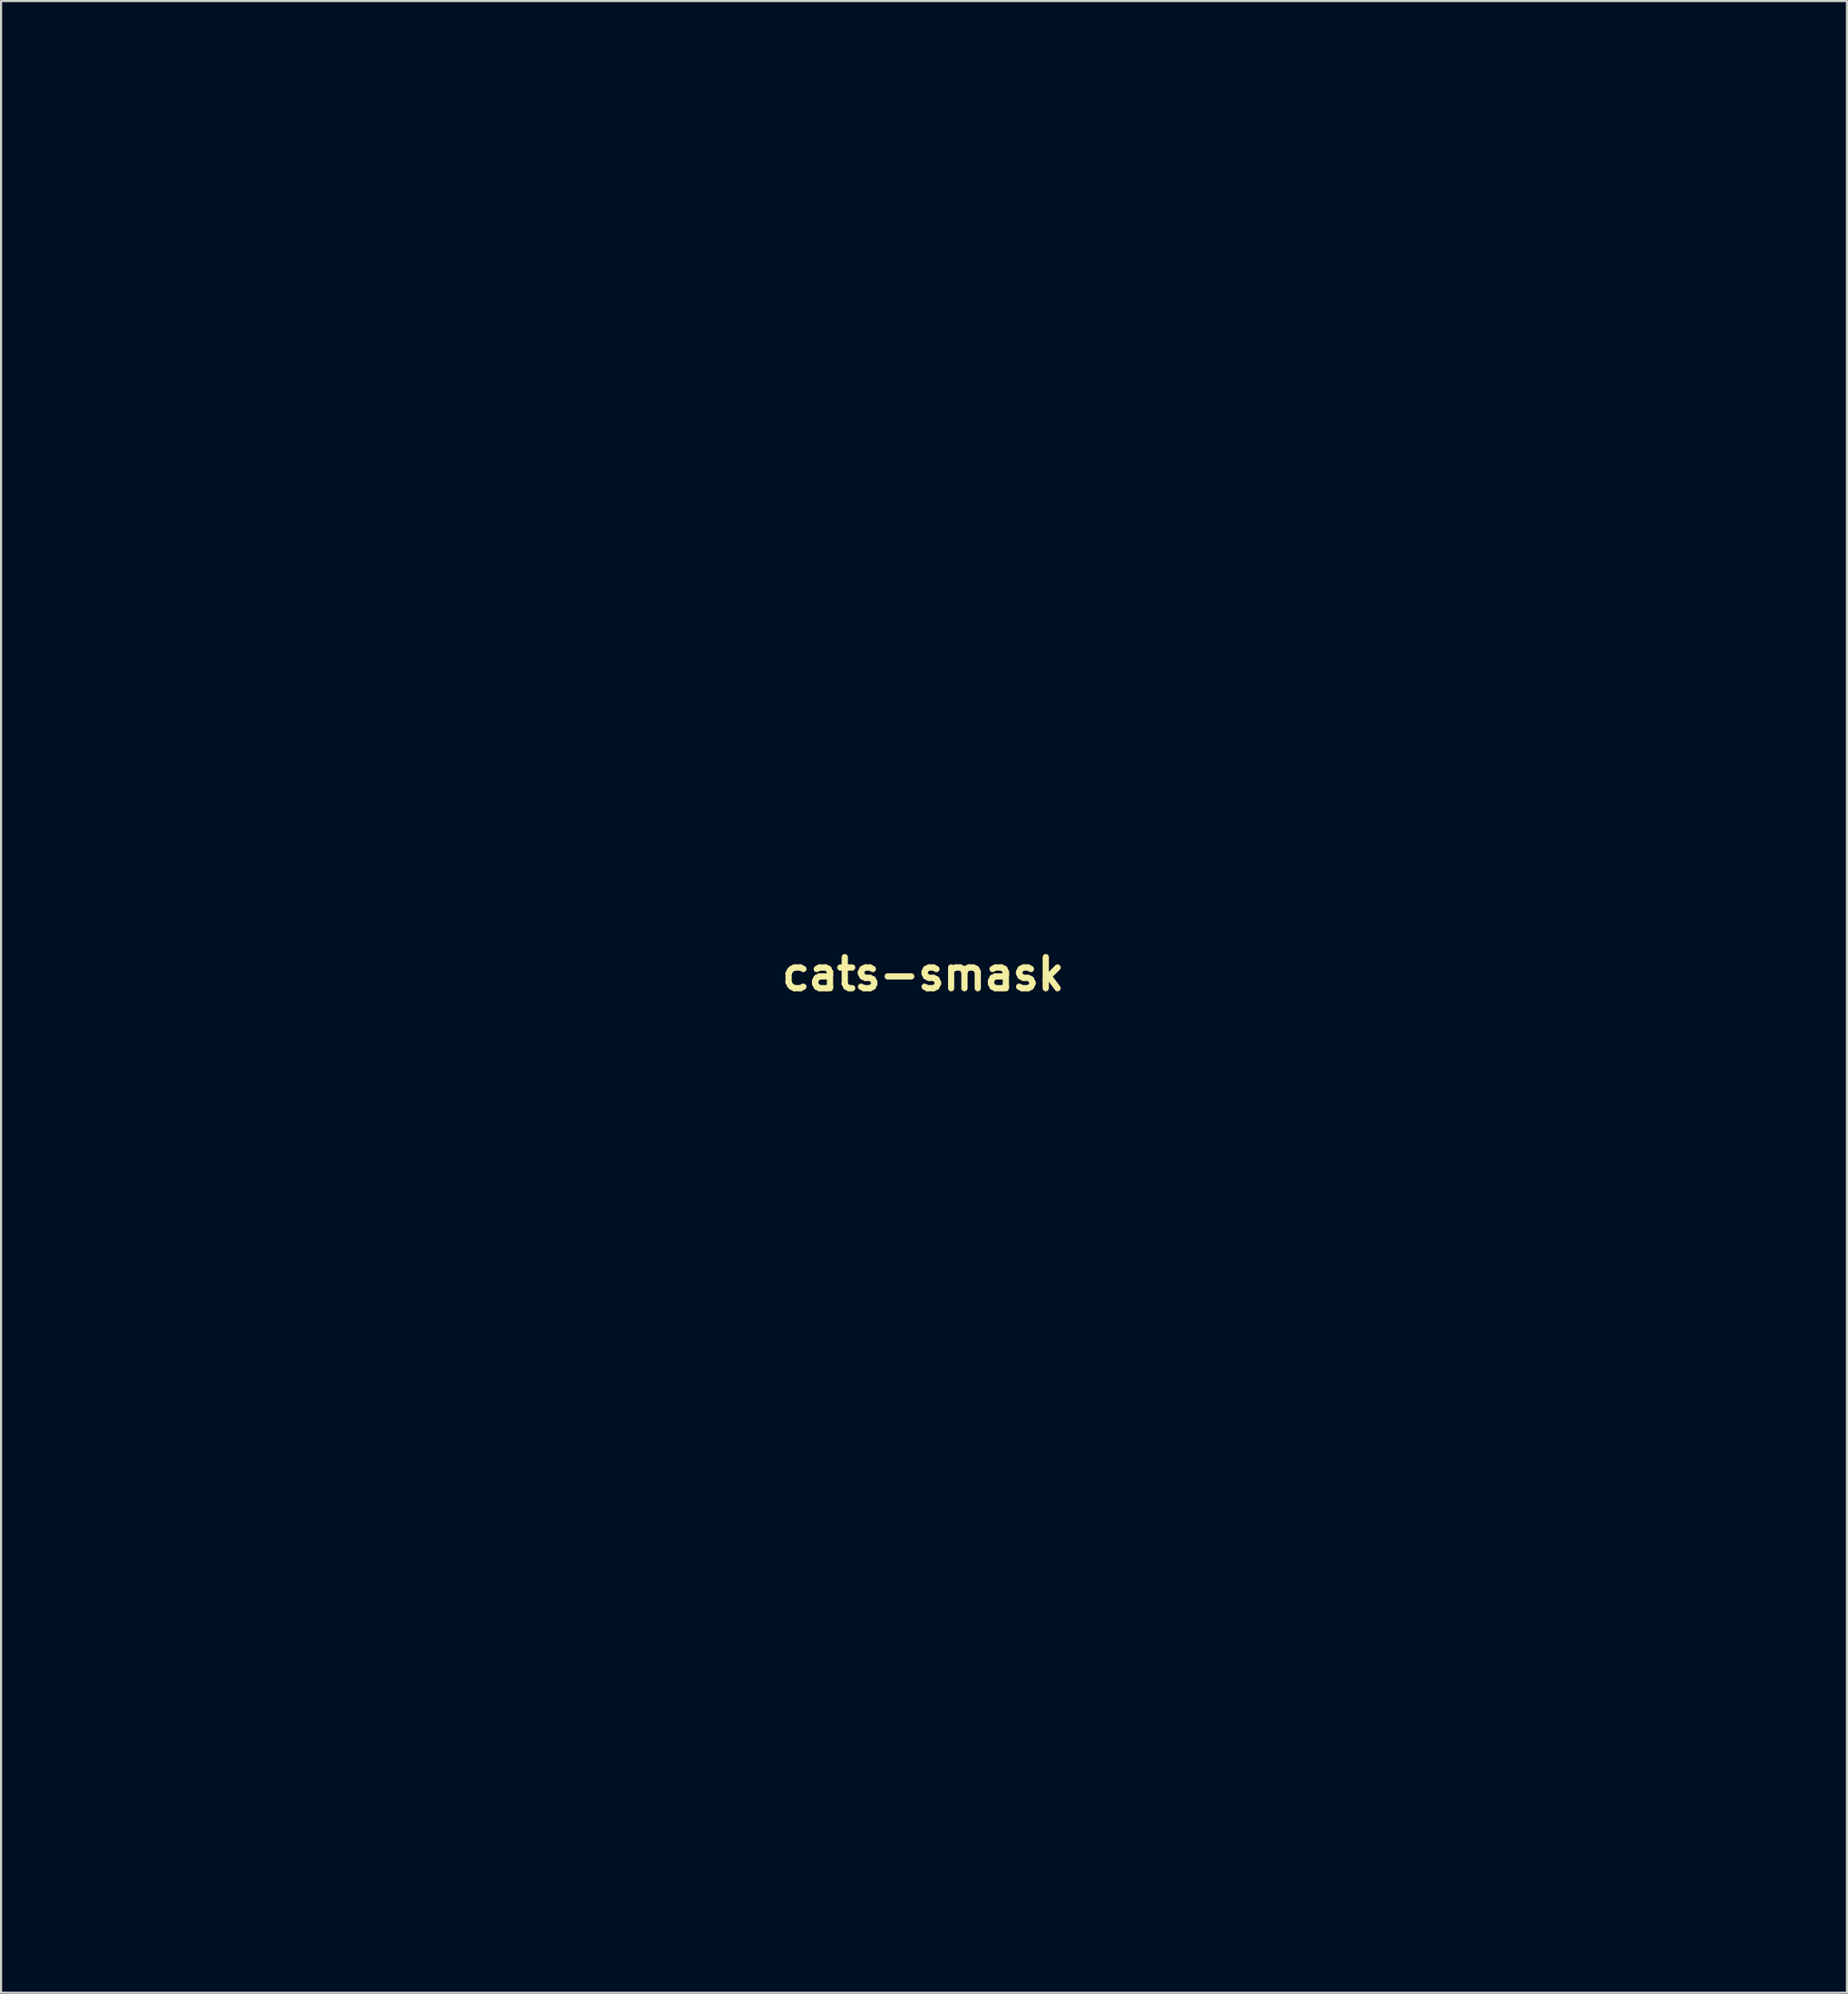
<source format=kicad_pcb>
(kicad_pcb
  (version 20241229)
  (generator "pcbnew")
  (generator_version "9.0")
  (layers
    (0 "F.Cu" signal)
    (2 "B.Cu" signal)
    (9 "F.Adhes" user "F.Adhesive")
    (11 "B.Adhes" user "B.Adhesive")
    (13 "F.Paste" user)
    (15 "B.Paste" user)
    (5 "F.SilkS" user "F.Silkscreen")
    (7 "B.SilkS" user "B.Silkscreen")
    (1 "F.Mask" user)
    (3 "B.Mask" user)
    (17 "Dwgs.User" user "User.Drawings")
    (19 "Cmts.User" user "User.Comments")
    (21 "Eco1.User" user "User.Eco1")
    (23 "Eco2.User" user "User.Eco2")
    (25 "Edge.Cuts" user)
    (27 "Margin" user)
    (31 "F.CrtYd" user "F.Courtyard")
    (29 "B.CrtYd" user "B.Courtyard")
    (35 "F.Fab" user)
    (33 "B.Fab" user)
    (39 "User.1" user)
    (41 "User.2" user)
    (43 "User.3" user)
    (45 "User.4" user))
  (footprint "cats-smask"
    (layer "F.Cu")
    (at 41.572 44.033)
    (property "Reference" "cats-smask" (at 0 0 0) (layer "F.SilkS") (effects (font (size 1.5 1.5) (thickness 0.3))))
    (attr board_only exclude_from_pos_files exclude_from_bom)
    (fp_poly (pts (xy 41.321 -43.99) (xy 41.549 -43.936) (xy 41.647 -43.868) (xy 41.661 -43.724) (xy 41.647 -43.563) (xy 41.618 -43.252) (xy 41.321 -43.551) (xy 41.143 -43.751) (xy 41.037 -43.91) (xy 41.024 -43.952) (xy 41.103 -44.012)) (stroke (width 0) (type solid)) (fill yes) (layer "F.Mask"))
    (fp_poly (pts (xy 41.656 45.721) (xy 41.647 45.876) (xy 41.572 46.125) (xy 41.42 46.217) (xy 41.22 46.152) (xy 41.153 46.026) (xy 41.163 45.85) (xy 41.233 45.712) (xy 41.297 45.683) (xy 41.442 45.654) (xy 41.525 45.625) (xy 41.625 45.616)) (stroke (width 0) (type solid)) (fill yes) (layer "F.Mask"))
    (fp_poly (pts (xy -41.068 -43.602) (xy -41.124 -43.276) (xy -41.183 -43.101) (xy -41.271 -43.044) (xy -41.41 -43.076) (xy -41.458 -43.094) (xy -41.532 -43.213) (xy -41.569 -43.467) (xy -41.572 -43.567) (xy -41.564 -43.826) (xy -41.519 -43.954) (xy -41.405 -44.002) (xy -41.288 -44.013) (xy -41.004 -44.033)) (stroke (width 0) (type solid)) (fill yes) (layer "F.Mask"))
    (fp_poly (pts (xy -41.373 45.55) (xy -41.343 45.594) (xy -41.233 45.646) (xy -41.2 45.634) (xy -41.128 45.659) (xy -41.115 45.727) (xy -41.041 45.884) (xy -40.978 45.925) (xy -40.836 46.024) (xy -40.851 46.129) (xy -41 46.207) (xy -41.206 46.232) (xy -41.572 46.232) (xy -41.572 45.866) (xy -41.545 45.613) (xy -41.474 45.501)) (stroke (width 0) (type solid)) (fill yes) (layer "F.Mask"))
    (fp_poly (pts (xy -21.72 -14.163) (xy -21.457 -13.987) (xy -21.254 -13.71) (xy -21.16 -13.401) (xy -21.186 -13.118) (xy -21.272 -12.976) (xy -21.554 -12.743) (xy -21.785 -12.68) (xy -21.948 -12.771) (xy -22.117 -12.995) (xy -22.152 -13.151) (xy -22.061 -13.291) (xy -22.004 -13.343) (xy -21.892 -13.46) (xy -21.902 -13.502) (xy -21.913 -13.501) (xy -22.052 -13.55) (xy -22.164 -13.665) (xy -22.245 -13.839) (xy -22.192 -13.991) (xy -22.177 -14.013) (xy -21.969 -14.174)) (stroke (width 0) (type solid)) (fill yes) (layer "F.Mask"))
    (fp_poly (pts (xy 36.383 0.459) (xy 36.447 0.509) (xy 36.663 0.768) (xy 36.696 1.028) (xy 36.546 1.286) (xy 36.395 1.421) (xy 36.121 1.595) (xy 35.915 1.625) (xy 35.731 1.509) (xy 35.64 1.404) (xy 35.476 1.069) (xy 35.478 0.959) (xy 35.999 0.959) (xy 36.048 1.081) (xy 36.09 1.096) (xy 36.171 1.022) (xy 36.181 0.959) (xy 36.132 0.838) (xy 36.09 0.822) (xy 36.009 0.896) (xy 35.999 0.959) (xy 35.478 0.959) (xy 35.48 0.719) (xy 35.593 0.477) (xy 35.805 0.307) (xy 36.076 0.301)) (stroke (width 0) (type solid)) (fill yes) (layer "F.Mask"))
    (fp_poly (pts (xy -14.328 21.388) (xy -14.052 21.53) (xy -13.821 21.719) (xy -13.696 21.905) (xy -13.638 22.227) (xy -13.702 22.503) (xy -13.871 22.687) (xy -14.016 22.735) (xy -14.189 22.742) (xy -14.246 22.673) (xy -14.224 22.478) (xy -14.221 22.461) (xy -14.205 22.162) (xy -14.308 21.981) (xy -14.554 21.882) (xy -14.583 21.876) (xy -14.843 21.875) (xy -14.978 21.966) (xy -15.156 22.096) (xy -15.314 22.07) (xy -15.386 21.965) (xy -15.398 21.768) (xy -15.249 21.615) (xy -15.135 21.557) (xy -14.903 21.437) (xy -14.782 21.36) (xy -14.59 21.322)) (stroke (width 0) (type solid)) (fill yes) (layer "F.Mask"))
    (fp_poly (pts (xy 36.577 -3.102) (xy 36.672 -2.992) (xy 36.83 -2.689) (xy 36.855 -2.454) (xy 36.743 -2.228) (xy 36.654 -2.119) (xy 36.378 -1.881) (xy 36.138 -1.822) (xy 35.936 -1.941) (xy 35.789 -2.199) (xy 35.71 -2.463) (xy 35.697 -2.594) (xy 36.101 -2.594) (xy 36.124 -2.468) (xy 36.151 -2.436) (xy 36.285 -2.378) (xy 36.361 -2.473) (xy 36.364 -2.513) (xy 36.291 -2.634) (xy 36.227 -2.65) (xy 36.101 -2.594) (xy 35.697 -2.594) (xy 35.689 -2.677) (xy 35.698 -2.724) (xy 35.862 -2.998) (xy 36.094 -3.161) (xy 36.348 -3.2)) (stroke (width 0) (type solid)) (fill yes) (layer "F.Mask"))
    (fp_poly (pts (xy -21.885 -10.141) (xy -21.819 -10.122) (xy -21.634 -10.04) (xy -21.555 -9.973) (xy -21.536 -9.847) (xy -21.505 -9.653) (xy -21.539 -9.324) (xy -21.734 -9.011) (xy -21.976 -8.807) (xy -22.189 -8.706) (xy -22.428 -8.644) (xy -22.633 -8.631) (xy -22.744 -8.673) (xy -22.75 -8.696) (xy -22.806 -8.743) (xy -22.832 -8.731) (xy -22.925 -8.743) (xy -22.975 -8.87) (xy -22.966 -9.047) (xy -22.93 -9.142) (xy -22.771 -9.301) (xy -22.613 -9.373) (xy -22.463 -9.429) (xy -22.472 -9.506) (xy -22.521 -9.56) (xy -22.603 -9.736) (xy -22.544 -9.913) (xy -22.379 -10.059) (xy -22.147 -10.145)) (stroke (width 0) (type solid)) (fill yes) (layer "F.Mask"))
    (fp_poly (pts (xy -11.317 24.726) (xy -11.062 24.874) (xy -10.869 25.133) (xy -10.754 25.421) (xy -10.693 25.695) (xy -10.69 25.748) (xy -10.737 26.008) (xy -10.859 26.257) (xy -11.024 26.465) (xy -11.202 26.604) (xy -11.363 26.641) (xy -11.476 26.548) (xy -11.484 26.53) (xy -11.463 26.375) (xy -11.341 26.189) (xy -11.341 26.189) (xy -11.184 25.961) (xy -11.16 25.717) (xy -11.236 25.452) (xy -11.317 25.293) (xy -11.431 25.275) (xy -11.562 25.327) (xy -11.749 25.389) (xy -11.856 25.341) (xy -11.883 25.303) (xy -11.957 25.15) (xy -11.926 25.02) (xy -11.809 24.869) (xy -11.58 24.72)) (stroke (width 0) (type solid)) (fill yes) (layer "F.Mask")))
  (gr_rect
    (start -3 -3)
    (end 86.233 93.265)
    (stroke (width 0.1) (type default))
    (fill no)
    (layer "Edge.Cuts")))
</source>
